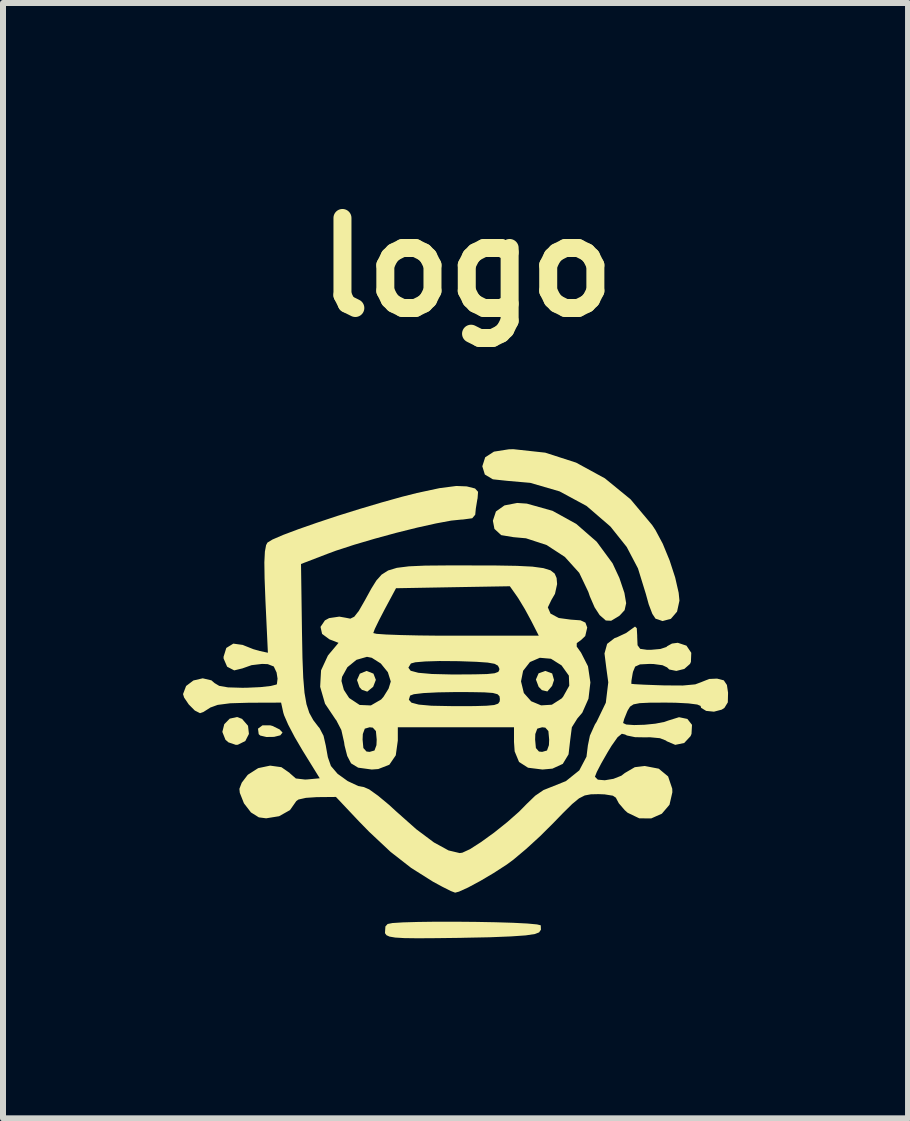
<source format=kicad_pcb>
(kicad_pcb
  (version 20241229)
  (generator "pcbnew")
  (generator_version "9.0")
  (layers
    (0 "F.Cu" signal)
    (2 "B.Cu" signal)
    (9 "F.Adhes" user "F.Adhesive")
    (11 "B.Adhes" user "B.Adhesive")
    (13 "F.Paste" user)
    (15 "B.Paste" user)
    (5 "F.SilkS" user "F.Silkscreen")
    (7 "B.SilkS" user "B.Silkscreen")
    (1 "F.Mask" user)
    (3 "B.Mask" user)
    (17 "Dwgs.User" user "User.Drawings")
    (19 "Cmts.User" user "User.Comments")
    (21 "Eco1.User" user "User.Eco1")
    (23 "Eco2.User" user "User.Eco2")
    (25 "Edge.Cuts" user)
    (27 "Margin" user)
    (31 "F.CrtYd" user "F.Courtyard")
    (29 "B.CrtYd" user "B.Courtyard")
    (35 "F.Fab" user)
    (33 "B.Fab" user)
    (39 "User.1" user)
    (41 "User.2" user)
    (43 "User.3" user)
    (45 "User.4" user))
  (footprint "logo"
    (layer "F.Cu")
    (at 4.576 8.834)
    (property "Reference" "logo" (at 0.152 -7.43 0) (layer "F.SilkS") (effects (font (size 1.5 1.5) (thickness 0.3))))
    (attr board_only exclude_from_pos_files exclude_from_bom)
    (fp_poly (pts (xy -1.403 -0.659) (xy -1.363 -0.555) (xy -1.408 -0.439) (xy -1.506 -0.359) (xy -1.595 -0.389) (xy -1.636 -0.433) (xy -1.677 -0.552) (xy -1.63 -0.658) (xy -1.517 -0.704)) (stroke (width 0) (type solid)) (fill yes) (layer "F.SilkS"))
    (fp_poly (pts (xy 1.575 -0.662) (xy 1.606 -0.553) (xy 1.574 -0.455) (xy 1.495 -0.362) (xy 1.404 -0.384) (xy 1.35 -0.439) (xy 1.304 -0.561) (xy 1.349 -0.664) (xy 1.46 -0.704)) (stroke (width 0) (type solid)) (fill yes) (layer "F.SilkS"))
    (fp_poly (pts (xy -3.085 0.213) (xy -2.968 0.27) (xy -2.918 0.323) (xy -2.955 0.369) (xy -3.06 0.395) (xy -3.187 0.397) (xy -3.289 0.373) (xy -3.315 0.35) (xy -3.327 0.258) (xy -3.253 0.203) (xy -3.122 0.203)) (stroke (width 0) (type solid)) (fill yes) (layer "F.SilkS"))
    (fp_poly (pts (xy -3.593 0.095) (xy -3.493 0.21) (xy -3.478 0.346) (xy -3.538 0.464) (xy -3.663 0.526) (xy -3.696 0.528) (xy -3.82 0.486) (xy -3.869 0.443) (xy -3.921 0.312) (xy -3.889 0.184) (xy -3.798 0.091) (xy -3.675 0.064)) (stroke (width 0) (type solid)) (fill yes) (layer "F.SilkS"))
    (fp_poly (pts (xy 0.306 3.478) (xy 0.633 3.484) (xy 0.925 3.493) (xy 1.162 3.505) (xy 1.323 3.52) (xy 1.385 3.535) (xy 1.388 3.608) (xy 1.357 3.653) (xy 1.287 3.68) (xy 1.133 3.703) (xy 0.886 3.72) (xy 0.538 3.734) (xy 0.082 3.743) (xy 0.056 3.744) (xy -0.357 3.749) (xy -0.668 3.751) (xy -0.891 3.748) (xy -1.041 3.739) (xy -1.135 3.723) (xy -1.186 3.7) (xy -1.21 3.667) (xy -1.211 3.665) (xy -1.204 3.554) (xy -1.167 3.513) (xy -1.086 3.497) (xy -0.911 3.486) (xy -0.662 3.479) (xy -0.363 3.475) (xy -0.033 3.475)) (stroke (width 0) (type solid)) (fill yes) (layer "F.SilkS"))
    (fp_poly (pts (xy 1.153 -3.492) (xy 1.581 -3.372) (xy 1.976 -3.154) (xy 2.317 -2.857) (xy 2.581 -2.498) (xy 2.695 -2.253) (xy 2.779 -2.004) (xy 2.808 -1.833) (xy 2.782 -1.716) (xy 2.7 -1.627) (xy 2.685 -1.616) (xy 2.558 -1.54) (xy 2.469 -1.544) (xy 2.37 -1.631) (xy 2.363 -1.639) (xy 2.282 -1.764) (xy 2.203 -1.946) (xy 2.177 -2.022) (xy 2.026 -2.338) (xy 1.786 -2.604) (xy 1.482 -2.802) (xy 1.139 -2.914) (xy 0.929 -2.933) (xy 0.725 -2.967) (xy 0.613 -3.071) (xy 0.587 -3.207) (xy 0.638 -3.361) (xy 0.78 -3.462) (xy 0.992 -3.503)) (stroke (width 0) (type solid)) (fill yes) (layer "F.SilkS"))
    (fp_poly (pts (xy 1.46 -4.341) (xy 1.974 -4.175) (xy 2.454 -3.913) (xy 2.882 -3.563) (xy 3.241 -3.135) (xy 3.297 -3.05) (xy 3.418 -2.823) (xy 3.532 -2.546) (xy 3.625 -2.26) (xy 3.683 -2.006) (xy 3.696 -1.875) (xy 3.656 -1.692) (xy 3.553 -1.572) (xy 3.414 -1.535) (xy 3.297 -1.575) (xy 3.244 -1.655) (xy 3.184 -1.813) (xy 3.136 -1.987) (xy 3.005 -2.412) (xy 2.817 -2.77) (xy 2.549 -3.106) (xy 2.54 -3.115) (xy 2.148 -3.453) (xy 1.698 -3.696) (xy 1.21 -3.838) (xy 0.821 -3.872) (xy 0.587 -3.897) (xy 0.453 -3.977) (xy 0.411 -4.114) (xy 0.459 -4.264) (xy 0.605 -4.358) (xy 0.852 -4.397) (xy 0.928 -4.399)) (stroke (width 0) (type solid)) (fill yes) (layer "F.SilkS"))
    (fp_poly (pts (xy 0.634 -2.461) (xy 0.985 -2.455) (xy 1.246 -2.442) (xy 1.429 -2.417) (xy 1.548 -2.38) (xy 1.617 -2.326) (xy 1.649 -2.252) (xy 1.657 -2.157) (xy 1.657 -2.149) (xy 1.622 -1.989) (xy 1.562 -1.886) (xy 1.503 -1.763) (xy 1.548 -1.659) (xy 1.685 -1.586) (xy 1.884 -1.559) (xy 2.048 -1.547) (xy 2.129 -1.509) (xy 2.159 -1.428) (xy 2.159 -1.425) (xy 2.126 -1.285) (xy 2.061 -1.223) (xy 1.985 -1.167) (xy 1.984 -1.11) (xy 2.056 -1.009) (xy 2.172 -0.781) (xy 2.212 -0.512) (xy 2.18 -0.241) (xy 2.077 -0.008) (xy 1.995 0.088) (xy 1.903 0.235) (xy 1.877 0.436) (xy 1.848 0.686) (xy 1.752 0.845) (xy 1.58 0.924) (xy 1.414 0.939) (xy 1.173 0.909) (xy 1.023 0.813) (xy 0.95 0.637) (xy 0.939 0.479) (xy 0.939 0.44) (xy 1.291 0.44) (xy 1.304 0.581) (xy 1.355 0.639) (xy 1.408 0.645) (xy 1.489 0.622) (xy 1.521 0.533) (xy 1.525 0.44) (xy 1.512 0.298) (xy 1.461 0.241) (xy 1.408 0.235) (xy 1.327 0.258) (xy 1.294 0.347) (xy 1.291 0.44) (xy 0.939 0.44) (xy 0.939 0.235) (xy -0.029 0.235) (xy -0.997 0.235) (xy -0.997 0.456) (xy -1.031 0.702) (xy -1.138 0.859) (xy -1.323 0.931) (xy -1.431 0.939) (xy -1.658 0.908) (xy -1.776 0.836) (xy -1.84 0.713) (xy -1.885 0.536) (xy -1.892 0.484) (xy -1.902 0.44) (xy -1.584 0.44) (xy -1.571 0.581) (xy -1.519 0.639) (xy -1.467 0.645) (xy -1.386 0.622) (xy -1.353 0.533) (xy -1.349 0.44) (xy -1.362 0.298) (xy -1.414 0.241) (xy -1.467 0.235) (xy -1.547 0.258) (xy -1.58 0.347) (xy -1.584 0.44) (xy -1.902 0.44) (xy -1.938 0.281) (xy -2.023 0.117) (xy -2.035 0.103) (xy -2.21 -0.158) (xy -2.291 -0.439) (xy -2.286 -0.536) (xy -1.936 -0.536) (xy -1.896 -0.388) (xy -1.808 -0.253) (xy -1.633 -0.137) (xy -1.446 -0.129) (xy -1.282 -0.224) (xy -0.813 -0.224) (xy -0.769 -0.175) (xy -0.648 -0.143) (xy -0.437 -0.124) (xy -0.125 -0.118) (xy -0.026 -0.117) (xy 0.278 -0.118) (xy 0.483 -0.124) (xy 0.609 -0.136) (xy 0.675 -0.159) (xy 0.7 -0.195) (xy 0.704 -0.235) (xy 0.697 -0.283) (xy 0.664 -0.316) (xy 0.586 -0.337) (xy 0.444 -0.347) (xy 0.218 -0.351) (xy -0.026 -0.352) (xy -0.326 -0.347) (xy -0.568 -0.335) (xy -0.73 -0.316) (xy -0.792 -0.293) (xy -0.813 -0.224) (xy -1.282 -0.224) (xy -1.275 -0.228) (xy -1.236 -0.272) (xy -1.151 -0.409) (xy -1.115 -0.525) (xy -1.115 -0.528) (xy -1.115 -0.53) (xy 1.056 -0.53) (xy 1.103 -0.336) (xy 1.225 -0.199) (xy 1.391 -0.13) (xy 1.57 -0.141) (xy 1.731 -0.244) (xy 1.756 -0.272) (xy 1.86 -0.458) (xy 1.853 -0.626) (xy 1.733 -0.794) (xy 1.733 -0.795) (xy 1.555 -0.907) (xy 1.369 -0.923) (xy 1.205 -0.852) (xy 1.091 -0.706) (xy 1.056 -0.53) (xy -1.115 -0.53) (xy -1.163 -0.683) (xy -1.224 -0.758) (xy -0.821 -0.758) (xy -0.783 -0.707) (xy -0.655 -0.673) (xy -0.429 -0.653) (xy -0.097 -0.645) (xy -0.022 -0.645) (xy 0.283 -0.647) (xy 0.489 -0.652) (xy 0.615 -0.665) (xy 0.677 -0.688) (xy 0.695 -0.722) (xy 0.693 -0.748) (xy 0.671 -0.792) (xy 0.614 -0.823) (xy 0.501 -0.843) (xy 0.313 -0.856) (xy 0.03 -0.866) (xy -0.025 -0.867) (xy -0.304 -0.869) (xy -0.539 -0.862) (xy -0.706 -0.848) (xy -0.779 -0.828) (xy -0.821 -0.758) (xy -1.224 -0.758) (xy -1.281 -0.828) (xy -1.431 -0.923) (xy -1.511 -0.939) (xy -1.686 -0.889) (xy -1.837 -0.766) (xy -1.926 -0.605) (xy -1.936 -0.536) (xy -2.286 -0.536) (xy -2.276 -0.714) (xy -2.162 -0.96) (xy -2.136 -0.992) (xy -1.985 -1.172) (xy -2.136 -1.23) (xy -2.259 -1.321) (xy -2.262 -1.335) (xy -1.406 -1.335) (xy -1.351 -1.322) (xy -1.194 -1.311) (xy -0.952 -1.302) (xy -0.642 -1.295) (xy -0.279 -1.291) (xy -0.028 -1.291) (xy 1.352 -1.291) (xy 1.225 -1.54) (xy 1.121 -1.732) (xy 1.014 -1.909) (xy 0.985 -1.952) (xy 0.87 -2.115) (xy -0.078 -2.099) (xy -1.027 -2.082) (xy -1.216 -1.73) (xy -1.311 -1.547) (xy -1.38 -1.405) (xy -1.406 -1.335) (xy -2.262 -1.335) (xy -2.285 -1.438) (xy -2.212 -1.546) (xy -2.142 -1.584) (xy -1.972 -1.609) (xy -1.864 -1.59) (xy -1.788 -1.575) (xy -1.723 -1.607) (xy -1.647 -1.704) (xy -1.542 -1.887) (xy -1.535 -1.9) (xy -1.439 -2.075) (xy -1.355 -2.21) (xy -1.267 -2.309) (xy -1.158 -2.378) (xy -1.012 -2.422) (xy -0.812 -2.447) (xy -0.541 -2.459) (xy -0.184 -2.462) (xy 0.179 -2.462)) (stroke (width 0) (type solid)) (fill yes) (layer "F.SilkS"))
    (fp_poly (pts (xy 0.152 -3.779) (xy 0.29 -3.744) (xy 0.34 -3.689) (xy 0.332 -3.579) (xy 0.328 -3.563) (xy 0.303 -3.41) (xy 0.293 -3.307) (xy 0.243 -3.248) (xy 0.086 -3.227) (xy 0.061 -3.226) (xy -0.107 -3.209) (xy -0.36 -3.162) (xy -0.675 -3.092) (xy -1.024 -3.005) (xy -1.383 -2.907) (xy -1.726 -2.806) (xy -2.027 -2.708) (xy -2.17 -2.655) (xy -2.61 -2.486) (xy -2.594 -1.355) (xy -2.586 -0.924) (xy -2.573 -0.591) (xy -2.552 -0.34) (xy -2.519 -0.15) (xy -2.472 -0.005) (xy -2.406 0.115) (xy -2.319 0.229) (xy -2.302 0.248) (xy -2.235 0.376) (xy -2.196 0.546) (xy -2.195 0.554) (xy -2.163 0.733) (xy -2.112 0.879) (xy -2.111 0.881) (xy -2.001 1.01) (xy -1.833 1.131) (xy -1.657 1.214) (xy -1.561 1.232) (xy -1.474 1.27) (xy -1.327 1.375) (xy -1.145 1.526) (xy -1.025 1.636) (xy -0.688 1.935) (xy -0.395 2.154) (xy -0.152 2.287) (xy 0.033 2.331) (xy 0.078 2.325) (xy 0.206 2.266) (xy 0.391 2.147) (xy 0.608 1.99) (xy 0.828 1.814) (xy 1.023 1.642) (xy 1.153 1.51) (xy 1.293 1.375) (xy 1.431 1.281) (xy 1.474 1.264) (xy 1.804 1.132) (xy 2.027 0.953) (xy 2.147 0.725) (xy 2.17 0.538) (xy 2.204 0.374) (xy 2.287 0.189) (xy 2.316 0.143) (xy 2.469 -0.174) (xy 2.51 -0.514) (xy 2.477 -0.755) (xy 2.447 -0.995) (xy 2.491 -1.155) (xy 2.614 -1.25) (xy 2.654 -1.264) (xy 2.809 -1.337) (xy 2.889 -1.395) (xy 2.956 -1.443) (xy 2.985 -1.416) (xy 2.992 -1.293) (xy 2.992 -1.27) (xy 2.998 -1.132) (xy 3.042 -1.072) (xy 3.155 -1.056) (xy 3.223 -1.056) (xy 3.379 -1.07) (xy 3.479 -1.103) (xy 3.49 -1.115) (xy 3.571 -1.16) (xy 3.668 -1.173) (xy 3.813 -1.125) (xy 3.893 -1.006) (xy 3.887 -0.854) (xy 3.872 -0.821) (xy 3.777 -0.737) (xy 3.644 -0.704) (xy 3.526 -0.728) (xy 3.49 -0.763) (xy 3.414 -0.799) (xy 3.266 -0.819) (xy 3.2 -0.821) (xy 3.039 -0.813) (xy 2.958 -0.776) (xy 2.922 -0.689) (xy 2.916 -0.66) (xy 2.896 -0.54) (xy 2.894 -0.489) (xy 2.953 -0.483) (xy 3.102 -0.475) (xy 3.316 -0.467) (xy 3.441 -0.463) (xy 3.753 -0.461) (xy 3.959 -0.48) (xy 4.067 -0.52) (xy 4.068 -0.521) (xy 4.191 -0.57) (xy 4.323 -0.576) (xy 4.435 -0.547) (xy 4.487 -0.47) (xy 4.506 -0.341) (xy 4.502 -0.18) (xy 4.446 -0.089) (xy 4.401 -0.059) (xy 4.271 -0.025) (xy 4.141 -0.038) (xy 4.057 -0.089) (xy 4.048 -0.121) (xy 3.993 -0.144) (xy 3.846 -0.163) (xy 3.632 -0.174) (xy 3.47 -0.176) (xy 3.206 -0.175) (xy 3.034 -0.167) (xy 2.931 -0.147) (xy 2.873 -0.109) (xy 2.835 -0.048) (xy 2.825 -0.027) (xy 2.775 0.097) (xy 2.757 0.164) (xy 2.809 0.189) (xy 2.94 0.198) (xy 3.114 0.193) (xy 3.294 0.175) (xy 3.444 0.146) (xy 3.509 0.123) (xy 3.689 0.067) (xy 3.828 0.096) (xy 3.905 0.194) (xy 3.897 0.345) (xy 3.881 0.383) (xy 3.775 0.497) (xy 3.626 0.528) (xy 3.483 0.467) (xy 3.473 0.457) (xy 3.371 0.417) (xy 3.201 0.401) (xy 3.135 0.403) (xy 2.957 0.4) (xy 2.821 0.372) (xy 2.791 0.356) (xy 2.736 0.343) (xy 2.665 0.401) (xy 2.565 0.543) (xy 2.501 0.648) (xy 2.395 0.833) (xy 2.319 0.979) (xy 2.288 1.058) (xy 2.288 1.06) (xy 2.336 1.108) (xy 2.452 1.118) (xy 2.596 1.094) (xy 2.728 1.042) (xy 2.786 0.997) (xy 2.952 0.9) (xy 3.118 0.88) (xy 3.351 0.925) (xy 3.507 1.054) (xy 3.576 1.259) (xy 3.578 1.318) (xy 3.53 1.526) (xy 3.403 1.675) (xy 3.225 1.754) (xy 3.026 1.752) (xy 2.832 1.659) (xy 2.784 1.616) (xy 2.686 1.502) (xy 2.64 1.416) (xy 2.64 1.411) (xy 2.587 1.375) (xy 2.449 1.353) (xy 2.348 1.349) (xy 2.219 1.352) (xy 2.118 1.371) (xy 2.022 1.42) (xy 1.908 1.514) (xy 1.753 1.667) (xy 1.6 1.825) (xy 1.376 2.048) (xy 1.141 2.263) (xy 0.929 2.441) (xy 0.821 2.521) (xy 0.6 2.664) (xy 0.375 2.797) (xy 0.174 2.905) (xy 0.022 2.974) (xy -0.042 2.991) (xy -0.113 2.964) (xy -0.254 2.893) (xy -0.411 2.808) (xy -0.774 2.579) (xy -1.118 2.311) (xy -1.474 1.977) (xy -1.645 1.802) (xy -2.028 1.396) (xy -2.348 1.399) (xy -2.528 1.411) (xy -2.653 1.439) (xy -2.688 1.464) (xy -2.794 1.615) (xy -2.975 1.717) (xy -3.191 1.752) (xy -3.313 1.736) (xy -3.444 1.654) (xy -3.561 1.502) (xy -3.63 1.328) (xy -3.637 1.261) (xy -3.598 1.159) (xy -3.503 1.034) (xy -3.493 1.024) (xy -3.324 0.916) (xy -3.125 0.874) (xy -2.937 0.9) (xy -2.8 0.995) (xy -2.796 1.001) (xy -2.696 1.088) (xy -2.542 1.106) (xy -2.504 1.104) (xy -2.298 1.085) (xy -2.583 0.624) (xy -2.715 0.399) (xy -2.824 0.191) (xy -2.892 0.035) (xy -2.905 -0.007) (xy -2.942 -0.176) (xy -3.48 -0.174) (xy -3.79 -0.165) (xy -3.999 -0.138) (xy -4.123 -0.093) (xy -4.132 -0.086) (xy -4.238 -0.019) (xy -4.293 0) (xy -4.38 -0.044) (xy -4.481 -0.146) (xy -4.558 -0.26) (xy -4.576 -0.318) (xy -4.525 -0.453) (xy -4.403 -0.545) (xy -4.248 -0.581) (xy -4.103 -0.547) (xy -4.05 -0.501) (xy -3.973 -0.455) (xy -3.827 -0.43) (xy -3.59 -0.423) (xy -3.511 -0.424) (xy -3.288 -0.434) (xy -3.115 -0.453) (xy -3.02 -0.477) (xy -3.012 -0.484) (xy -3.001 -0.575) (xy -3.017 -0.678) (xy -3.064 -0.778) (xy -3.164 -0.817) (xy -3.258 -0.821) (xy -3.434 -0.8) (xy -3.576 -0.75) (xy -3.579 -0.748) (xy -3.723 -0.713) (xy -3.841 -0.774) (xy -3.9 -0.91) (xy -3.901 -0.939) (xy -3.855 -1.087) (xy -3.738 -1.159) (xy -3.579 -1.137) (xy -3.567 -1.131) (xy -3.403 -1.066) (xy -3.297 -1.036) (xy -3.162 -1.007) (xy -3.203 -1.88) (xy -3.217 -2.247) (xy -3.221 -2.513) (xy -3.212 -2.692) (xy -3.192 -2.8) (xy -3.17 -2.842) (xy -3.087 -2.893) (xy -2.909 -2.97) (xy -2.656 -3.065) (xy -2.347 -3.173) (xy -2.001 -3.288) (xy -1.636 -3.402) (xy -1.272 -3.51) (xy -0.928 -3.606) (xy -0.679 -3.669) (xy -0.301 -3.75) (xy -0.022 -3.786)) (stroke (width 0) (type solid)) (fill yes) (layer "F.SilkS")))
  (gr_rect
    (start -3 -3)
    (end 12.081 15.585)
    (stroke (width 0.1) (type default))
    (fill no)
    (layer "Edge.Cuts")))
</source>
